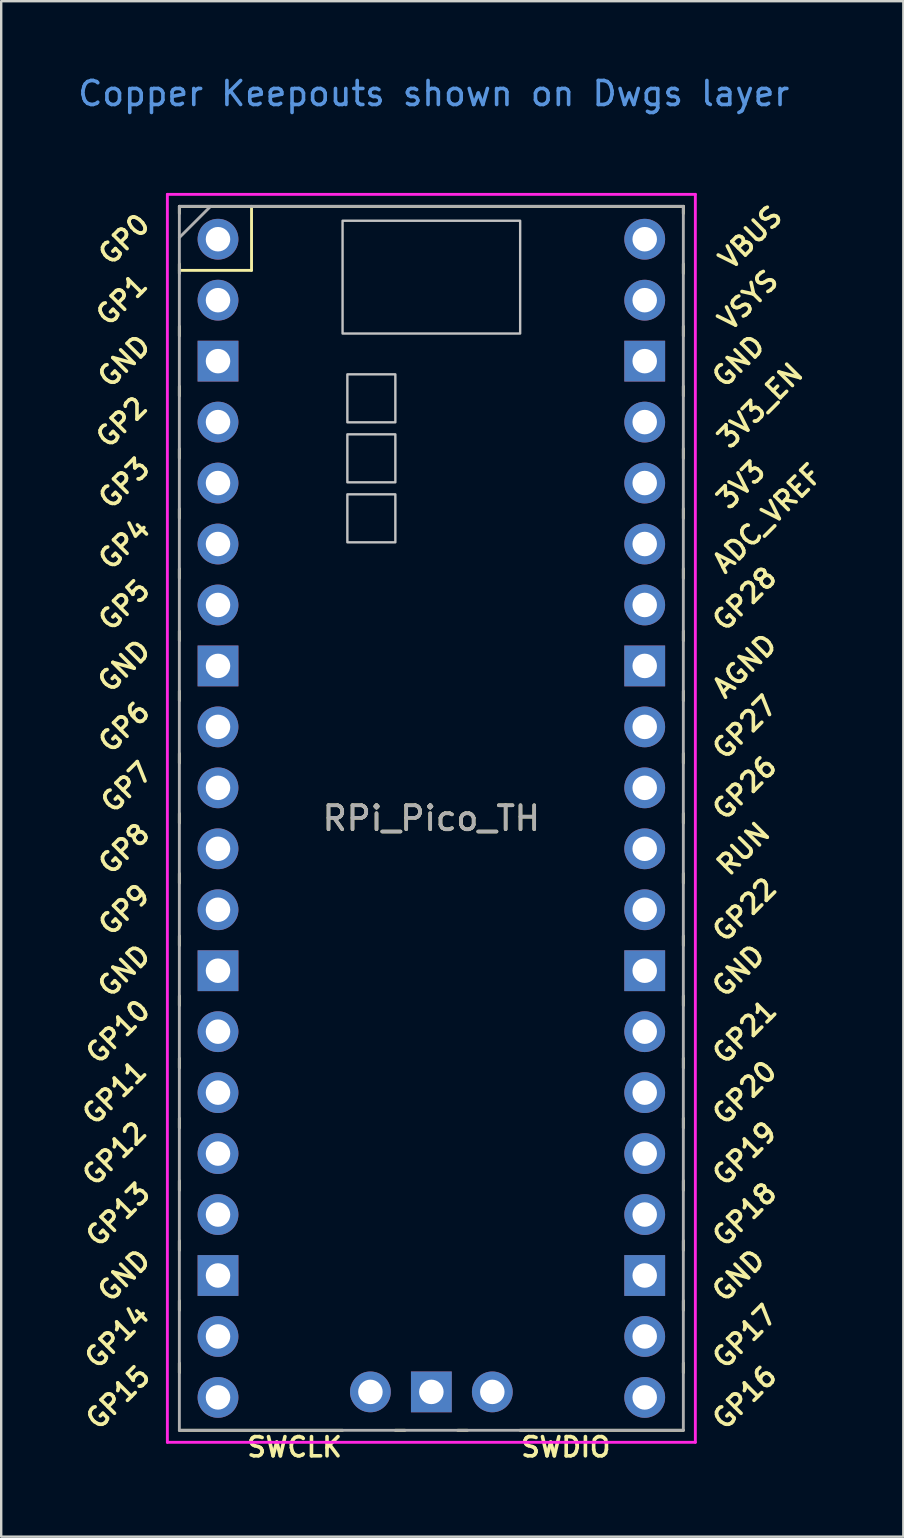
<source format=kicad_pcb>
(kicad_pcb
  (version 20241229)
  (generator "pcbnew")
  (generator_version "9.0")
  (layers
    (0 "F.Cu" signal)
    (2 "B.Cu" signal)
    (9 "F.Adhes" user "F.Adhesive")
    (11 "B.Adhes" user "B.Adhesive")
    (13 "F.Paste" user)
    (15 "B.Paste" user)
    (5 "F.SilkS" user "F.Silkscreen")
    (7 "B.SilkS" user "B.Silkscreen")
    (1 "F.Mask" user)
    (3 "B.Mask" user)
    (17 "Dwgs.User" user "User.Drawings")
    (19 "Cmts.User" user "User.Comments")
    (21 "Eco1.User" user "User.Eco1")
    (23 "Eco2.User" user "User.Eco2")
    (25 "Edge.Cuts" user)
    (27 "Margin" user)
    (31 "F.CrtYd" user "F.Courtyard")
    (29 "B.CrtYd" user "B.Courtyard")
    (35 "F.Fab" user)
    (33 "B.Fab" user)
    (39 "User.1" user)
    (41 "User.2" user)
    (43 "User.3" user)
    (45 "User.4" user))
  (footprint "RPi_Pico_TH"
    (layer "F.Cu")
    (at 14.924 31.048)
    (property "Reference" "RPi_Pico_TH" (at 0 0 0) (layer "F.SilkS") (effects (font (size 1 1) (thickness 0.15))))
    (attr through_hole)
    (fp_line (start -10.5 -25.5) (end -10.5 -25.2) (stroke (width 0.12) (type solid)) (layer "F.SilkS"))
    (fp_line (start -10.5 -25.5) (end 10.5 -25.5) (stroke (width 0.12) (type solid)) (layer "F.SilkS"))
    (fp_line (start -10.5 -23.1) (end -10.5 -22.7) (stroke (width 0.12) (type solid)) (layer "F.SilkS"))
    (fp_line (start -10.5 -22.833) (end -7.493 -22.833) (stroke (width 0.12) (type solid)) (layer "F.SilkS"))
    (fp_line (start -10.5 -20.5) (end -10.5 -20.1) (stroke (width 0.12) (type solid)) (layer "F.SilkS"))
    (fp_line (start -10.5 -18) (end -10.5 -17.6) (stroke (width 0.12) (type solid)) (layer "F.SilkS"))
    (fp_line (start -10.5 -15.4) (end -10.5 -15) (stroke (width 0.12) (type solid)) (layer "F.SilkS"))
    (fp_line (start -10.5 -12.9) (end -10.5 -12.5) (stroke (width 0.12) (type solid)) (layer "F.SilkS"))
    (fp_line (start -10.5 -10.4) (end -10.5 -10) (stroke (width 0.12) (type solid)) (layer "F.SilkS"))
    (fp_line (start -10.5 -7.8) (end -10.5 -7.4) (stroke (width 0.12) (type solid)) (layer "F.SilkS"))
    (fp_line (start -10.5 -5.3) (end -10.5 -4.9) (stroke (width 0.12) (type solid)) (layer "F.SilkS"))
    (fp_line (start -10.5 -2.7) (end -10.5 -2.3) (stroke (width 0.12) (type solid)) (layer "F.SilkS"))
    (fp_line (start -10.5 -0.2) (end -10.5 0.2) (stroke (width 0.12) (type solid)) (layer "F.SilkS"))
    (fp_line (start -10.5 2.3) (end -10.5 2.7) (stroke (width 0.12) (type solid)) (layer "F.SilkS"))
    (fp_line (start -10.5 4.9) (end -10.5 5.3) (stroke (width 0.12) (type solid)) (layer "F.SilkS"))
    (fp_line (start -10.5 7.4) (end -10.5 7.8) (stroke (width 0.12) (type solid)) (layer "F.SilkS"))
    (fp_line (start -10.5 10) (end -10.5 10.4) (stroke (width 0.12) (type solid)) (layer "F.SilkS"))
    (fp_line (start -10.5 12.5) (end -10.5 12.9) (stroke (width 0.12) (type solid)) (layer "F.SilkS"))
    (fp_line (start -10.5 15.1) (end -10.5 15.5) (stroke (width 0.12) (type solid)) (layer "F.SilkS"))
    (fp_line (start -10.5 17.6) (end -10.5 18) (stroke (width 0.12) (type solid)) (layer "F.SilkS"))
    (fp_line (start -10.5 20.1) (end -10.5 20.5) (stroke (width 0.12) (type solid)) (layer "F.SilkS"))
    (fp_line (start -10.5 22.7) (end -10.5 23.1) (stroke (width 0.12) (type solid)) (layer "F.SilkS"))
    (fp_line (start -7.493 -22.833) (end -7.493 -25.5) (stroke (width 0.12) (type solid)) (layer "F.SilkS"))
    (fp_line (start -3.7 25.5) (end -10.5 25.5) (stroke (width 0.12) (type solid)) (layer "F.SilkS"))
    (fp_line (start -1.5 25.5) (end -1.1 25.5) (stroke (width 0.12) (type solid)) (layer "F.SilkS"))
    (fp_line (start 1.1 25.5) (end 1.5 25.5) (stroke (width 0.12) (type solid)) (layer "F.SilkS"))
    (fp_line (start 10.5 -25.5) (end 10.5 -25.2) (stroke (width 0.12) (type solid)) (layer "F.SilkS"))
    (fp_line (start 10.5 -23.1) (end 10.5 -22.7) (stroke (width 0.12) (type solid)) (layer "F.SilkS"))
    (fp_line (start 10.5 -20.5) (end 10.5 -20.1) (stroke (width 0.12) (type solid)) (layer "F.SilkS"))
    (fp_line (start 10.5 -18) (end 10.5 -17.6) (stroke (width 0.12) (type solid)) (layer "F.SilkS"))
    (fp_line (start 10.5 -15.4) (end 10.5 -15) (stroke (width 0.12) (type solid)) (layer "F.SilkS"))
    (fp_line (start 10.5 -12.9) (end 10.5 -12.5) (stroke (width 0.12) (type solid)) (layer "F.SilkS"))
    (fp_line (start 10.5 -10.4) (end 10.5 -10) (stroke (width 0.12) (type solid)) (layer "F.SilkS"))
    (fp_line (start 10.5 -7.8) (end 10.5 -7.4) (stroke (width 0.12) (type solid)) (layer "F.SilkS"))
    (fp_line (start 10.5 -5.3) (end 10.5 -4.9) (stroke (width 0.12) (type solid)) (layer "F.SilkS"))
    (fp_line (start 10.5 -2.7) (end 10.5 -2.3) (stroke (width 0.12) (type solid)) (layer "F.SilkS"))
    (fp_line (start 10.5 -0.2) (end 10.5 0.2) (stroke (width 0.12) (type solid)) (layer "F.SilkS"))
    (fp_line (start 10.5 2.3) (end 10.5 2.7) (stroke (width 0.12) (type solid)) (layer "F.SilkS"))
    (fp_line (start 10.5 4.9) (end 10.5 5.3) (stroke (width 0.12) (type solid)) (layer "F.SilkS"))
    (fp_line (start 10.5 7.4) (end 10.5 7.8) (stroke (width 0.12) (type solid)) (layer "F.SilkS"))
    (fp_line (start 10.5 10) (end 10.5 10.4) (stroke (width 0.12) (type solid)) (layer "F.SilkS"))
    (fp_line (start 10.5 12.5) (end 10.5 12.9) (stroke (width 0.12) (type solid)) (layer "F.SilkS"))
    (fp_line (start 10.5 15.1) (end 10.5 15.5) (stroke (width 0.12) (type solid)) (layer "F.SilkS"))
    (fp_line (start 10.5 17.6) (end 10.5 18) (stroke (width 0.12) (type solid)) (layer "F.SilkS"))
    (fp_line (start 10.5 20.1) (end 10.5 20.5) (stroke (width 0.12) (type solid)) (layer "F.SilkS"))
    (fp_line (start 10.5 22.7) (end 10.5 23.1) (stroke (width 0.12) (type solid)) (layer "F.SilkS"))
    (fp_line (start 10.5 25.5) (end 3.7 25.5) (stroke (width 0.12) (type solid)) (layer "F.SilkS"))
    (fp_poly (pts (xy -1.5 -16.5) (xy -3.5 -16.5) (xy -3.5 -18.5) (xy -1.5 -18.5)) (stroke (width 0.1) (type solid)) (fill no) (layer "Dwgs.User"))
    (fp_poly (pts (xy -1.5 -14) (xy -3.5 -14) (xy -3.5 -16) (xy -1.5 -16)) (stroke (width 0.1) (type solid)) (fill no) (layer "Dwgs.User"))
    (fp_poly (pts (xy -1.5 -11.5) (xy -3.5 -11.5) (xy -3.5 -13.5) (xy -1.5 -13.5)) (stroke (width 0.1) (type solid)) (fill no) (layer "Dwgs.User"))
    (fp_poly (pts (xy 3.7 -20.2) (xy -3.7 -20.2) (xy -3.7 -24.9) (xy 3.7 -24.9)) (stroke (width 0.1) (type solid)) (fill no) (layer "Dwgs.User"))
    (fp_line (start -11 -26) (end 11 -26) (stroke (width 0.12) (type solid)) (layer "F.CrtYd"))
    (fp_line (start -11 26) (end -11 -26) (stroke (width 0.12) (type solid)) (layer "F.CrtYd"))
    (fp_line (start 11 -26) (end 11 26) (stroke (width 0.12) (type solid)) (layer "F.CrtYd"))
    (fp_line (start 11 26) (end -11 26) (stroke (width 0.12) (type solid)) (layer "F.CrtYd"))
    (fp_line (start -10.5 -25.5) (end 10.5 -25.5) (stroke (width 0.12) (type solid)) (layer "F.Fab"))
    (fp_line (start -10.5 -24.2) (end -9.2 -25.5) (stroke (width 0.12) (type solid)) (layer "F.Fab"))
    (fp_line (start -10.5 25.5) (end -10.5 -25.5) (stroke (width 0.12) (type solid)) (layer "F.Fab"))
    (fp_line (start 10.5 -25.5) (end 10.5 25.5) (stroke (width 0.12) (type solid)) (layer "F.Fab"))
    (fp_line (start 10.5 25.5) (end -10.5 25.5) (stroke (width 0.12) (type solid)) (layer "F.Fab"))
    (fp_text user "GP11" (at -13.2 11.43 45) (layer "F.SilkS") (effects (font (size 0.8 0.8) (thickness 0.15))))
    (fp_text user "GP19" (at 13.054 13.97 45) (layer "F.SilkS") (effects (font (size 0.8 0.8) (thickness 0.15))))
    (fp_text user "3V3" (at 12.9 -13.9 45) (layer "F.SilkS") (effects (font (size 0.8 0.8) (thickness 0.15))))
    (fp_text user "GP12" (at -13.2 13.97 45) (layer "F.SilkS") (effects (font (size 0.8 0.8) (thickness 0.15))))
    (fp_text user "GND" (at 12.8 19.05 45) (layer "F.SilkS") (effects (font (size 0.8 0.8) (thickness 0.15))))
    (fp_text user "GP7" (at -12.7 -1.3 45) (layer "F.SilkS") (effects (font (size 0.8 0.8) (thickness 0.15))))
    (fp_text user "GP1" (at -12.9 -21.6 45) (layer "F.SilkS") (effects (font (size 0.8 0.8) (thickness 0.15))))
    (fp_text user "GP9" (at -12.8 3.81 45) (layer "F.SilkS") (effects (font (size 0.8 0.8) (thickness 0.15))))
    (fp_text user "ADC_VREF" (at 14 -12.5 45) (layer "F.SilkS") (effects (font (size 0.8 0.8) (thickness 0.15))))
    (fp_text user "AGND" (at 13.054 -6.35 45) (layer "F.SilkS") (effects (font (size 0.8 0.8) (thickness 0.15))))
    (fp_text user "GP10" (at -13.054 8.89 45) (layer "F.SilkS") (effects (font (size 0.8 0.8) (thickness 0.15))))
    (fp_text user "GP28" (at 13.054 -9.144 45) (layer "F.SilkS") (effects (font (size 0.8 0.8) (thickness 0.15))))
    (fp_text user "GP5" (at -12.8 -8.89 45) (layer "F.SilkS") (effects (font (size 0.8 0.8) (thickness 0.15))))
    (fp_text user "GP0" (at -12.8 -24.13 45) (layer "F.SilkS") (effects (font (size 0.8 0.8) (thickness 0.15))))
    (fp_text user "GP3" (at -12.8 -13.97 45) (layer "F.SilkS") (effects (font (size 0.8 0.8) (thickness 0.15))))
    (fp_text user "SWCLK" (at -5.7 26.2 0) (layer "F.SilkS") (effects (font (size 0.8 0.8) (thickness 0.15))))
    (fp_text user "GP2" (at -12.9 -16.51 45) (layer "F.SilkS") (effects (font (size 0.8 0.8) (thickness 0.15))))
    (fp_text user "GND" (at 12.8 6.35 45) (layer "F.SilkS") (effects (font (size 0.8 0.8) (thickness 0.15))))
    (fp_text user "GND" (at -12.8 6.35 45) (layer "F.SilkS") (effects (font (size 0.8 0.8) (thickness 0.15))))
    (fp_text user "GP13" (at -13.054 16.51 45) (layer "F.SilkS") (effects (font (size 0.8 0.8) (thickness 0.15))))
    (fp_text user "VSYS" (at 13.2 -21.59 45) (layer "F.SilkS") (effects (font (size 0.8 0.8) (thickness 0.15))))
    (fp_text user "GP16" (at 13.054 24.13 45) (layer "F.SilkS") (effects (font (size 0.8 0.8) (thickness 0.15))))
    (fp_text user "GP20" (at 13.054 11.43 45) (layer "F.SilkS") (effects (font (size 0.8 0.8) (thickness 0.15))))
    (fp_text user "GND" (at 12.8 -19.05 45) (layer "F.SilkS") (effects (font (size 0.8 0.8) (thickness 0.15))))
    (fp_text user "GP18" (at 13.054 16.51 45) (layer "F.SilkS") (effects (font (size 0.8 0.8) (thickness 0.15))))
    (fp_text user "GP15" (at -13.054 24.13 45) (layer "F.SilkS") (effects (font (size 0.8 0.8) (thickness 0.15))))
    (fp_text user "GP4" (at -12.8 -11.43 45) (layer "F.SilkS") (effects (font (size 0.8 0.8) (thickness 0.15))))
    (fp_text user "GND" (at -12.8 19.05 45) (layer "F.SilkS") (effects (font (size 0.8 0.8) (thickness 0.15))))
    (fp_text user "SWDIO" (at 5.6 26.2 0) (layer "F.SilkS") (effects (font (size 0.8 0.8) (thickness 0.15))))
    (fp_text user "GP22" (at 13.054 3.81 45) (layer "F.SilkS") (effects (font (size 0.8 0.8) (thickness 0.15))))
    (fp_text user "GND" (at -12.8 -6.35 45) (layer "F.SilkS") (effects (font (size 0.8 0.8) (thickness 0.15))))
    (fp_text user "RUN" (at 13 1.27 45) (layer "F.SilkS") (effects (font (size 0.8 0.8) (thickness 0.15))))
    (fp_text user "VBUS" (at 13.3 -24.2 45) (layer "F.SilkS") (effects (font (size 0.8 0.8) (thickness 0.15))))
    (fp_text user "3V3_EN" (at 13.7 -17.2 45) (layer "F.SilkS") (effects (font (size 0.8 0.8) (thickness 0.15))))
    (fp_text user "GP8" (at -12.8 1.27 45) (layer "F.SilkS") (effects (font (size 0.8 0.8) (thickness 0.15))))
    (fp_text user "GP27" (at 13.054 -3.8 45) (layer "F.SilkS") (effects (font (size 0.8 0.8) (thickness 0.15))))
    (fp_text user "GND" (at -12.8 -19.05 45) (layer "F.SilkS") (effects (font (size 0.8 0.8) (thickness 0.15))))
    (fp_text user "GP14" (at -13.1 21.59 45) (layer "F.SilkS") (effects (font (size 0.8 0.8) (thickness 0.15))))
    (fp_text user "GP26" (at 13.054 -1.27 45) (layer "F.SilkS") (effects (font (size 0.8 0.8) (thickness 0.15))))
    (fp_text user "GP6" (at -12.8 -3.81 45) (layer "F.SilkS") (effects (font (size 0.8 0.8) (thickness 0.15))))
    (fp_text user "GP17" (at 13.054 21.59 45) (layer "F.SilkS") (effects (font (size 0.8 0.8) (thickness 0.15))))
    (fp_text user "GP21" (at 13.054 8.9 45) (layer "F.SilkS") (effects (font (size 0.8 0.8) (thickness 0.15))))
    (fp_text user "Copper Keepouts shown on Dwgs layer" (at 0.1 -30.2 0) (layer "Cmts.User") (effects (font (size 1 1) (thickness 0.15))))
    (fp_text user "${REFERENCE}" (at 0 0 180) (layer "F.Fab") (effects (font (size 1 1) (thickness 0.15))))
    (pad "1" thru_hole oval (at -8.89 -24.13) (size 1.7 1.7) (drill 1.02) (layers "*.Cu" "*.Mask"))
    (pad "2" thru_hole oval (at -8.89 -21.59) (size 1.7 1.7) (drill 1.02) (layers "*.Cu" "*.Mask"))
    (pad "3" thru_hole rect (at -8.89 -19.05) (size 1.7 1.7) (drill 1.02) (layers "*.Cu" "*.Mask"))
    (pad "4" thru_hole oval (at -8.89 -16.51) (size 1.7 1.7) (drill 1.02) (layers "*.Cu" "*.Mask"))
    (pad "5" thru_hole oval (at -8.89 -13.97) (size 1.7 1.7) (drill 1.02) (layers "*.Cu" "*.Mask"))
    (pad "6" thru_hole oval (at -8.89 -11.43) (size 1.7 1.7) (drill 1.02) (layers "*.Cu" "*.Mask"))
    (pad "7" thru_hole oval (at -8.89 -8.89) (size 1.7 1.7) (drill 1.02) (layers "*.Cu" "*.Mask"))
    (pad "8" thru_hole rect (at -8.89 -6.35) (size 1.7 1.7) (drill 1.02) (layers "*.Cu" "*.Mask"))
    (pad "9" thru_hole oval (at -8.89 -3.81) (size 1.7 1.7) (drill 1.02) (layers "*.Cu" "*.Mask"))
    (pad "10" thru_hole oval (at -8.89 -1.27) (size 1.7 1.7) (drill 1.02) (layers "*.Cu" "*.Mask"))
    (pad "11" thru_hole oval (at -8.89 1.27) (size 1.7 1.7) (drill 1.02) (layers "*.Cu" "*.Mask"))
    (pad "12" thru_hole oval (at -8.89 3.81) (size 1.7 1.7) (drill 1.02) (layers "*.Cu" "*.Mask"))
    (pad "13" thru_hole rect (at -8.89 6.35) (size 1.7 1.7) (drill 1.02) (layers "*.Cu" "*.Mask"))
    (pad "14" thru_hole oval (at -8.89 8.89) (size 1.7 1.7) (drill 1.02) (layers "*.Cu" "*.Mask"))
    (pad "15" thru_hole oval (at -8.89 11.43) (size 1.7 1.7) (drill 1.02) (layers "*.Cu" "*.Mask"))
    (pad "16" thru_hole oval (at -8.89 13.97) (size 1.7 1.7) (drill 1.02) (layers "*.Cu" "*.Mask"))
    (pad "17" thru_hole oval (at -8.89 16.51) (size 1.7 1.7) (drill 1.02) (layers "*.Cu" "*.Mask"))
    (pad "18" thru_hole rect (at -8.89 19.05) (size 1.7 1.7) (drill 1.02) (layers "*.Cu" "*.Mask"))
    (pad "19" thru_hole oval (at -8.89 21.59) (size 1.7 1.7) (drill 1.02) (layers "*.Cu" "*.Mask"))
    (pad "20" thru_hole oval (at -8.89 24.13) (size 1.7 1.7) (drill 1.02) (layers "*.Cu" "*.Mask"))
    (pad "21" thru_hole oval (at 8.89 24.13) (size 1.7 1.7) (drill 1.02) (layers "*.Cu" "*.Mask"))
    (pad "22" thru_hole oval (at 8.89 21.59) (size 1.7 1.7) (drill 1.02) (layers "*.Cu" "*.Mask"))
    (pad "23" thru_hole rect (at 8.89 19.05) (size 1.7 1.7) (drill 1.02) (layers "*.Cu" "*.Mask"))
    (pad "24" thru_hole oval (at 8.89 16.51) (size 1.7 1.7) (drill 1.02) (layers "*.Cu" "*.Mask"))
    (pad "25" thru_hole oval (at 8.89 13.97) (size 1.7 1.7) (drill 1.02) (layers "*.Cu" "*.Mask"))
    (pad "26" thru_hole oval (at 8.89 11.43) (size 1.7 1.7) (drill 1.02) (layers "*.Cu" "*.Mask"))
    (pad "27" thru_hole oval (at 8.89 8.89) (size 1.7 1.7) (drill 1.02) (layers "*.Cu" "*.Mask"))
    (pad "28" thru_hole rect (at 8.89 6.35) (size 1.7 1.7) (drill 1.02) (layers "*.Cu" "*.Mask"))
    (pad "29" thru_hole oval (at 8.89 3.81) (size 1.7 1.7) (drill 1.02) (layers "*.Cu" "*.Mask"))
    (pad "30" thru_hole oval (at 8.89 1.27) (size 1.7 1.7) (drill 1.02) (layers "*.Cu" "*.Mask"))
    (pad "31" thru_hole oval (at 8.89 -1.27) (size 1.7 1.7) (drill 1.02) (layers "*.Cu" "*.Mask"))
    (pad "32" thru_hole oval (at 8.89 -3.81) (size 1.7 1.7) (drill 1.02) (layers "*.Cu" "*.Mask"))
    (pad "33" thru_hole rect (at 8.89 -6.35) (size 1.7 1.7) (drill 1.02) (layers "*.Cu" "*.Mask"))
    (pad "34" thru_hole oval (at 8.89 -8.89) (size 1.7 1.7) (drill 1.02) (layers "*.Cu" "*.Mask"))
    (pad "35" thru_hole oval (at 8.89 -11.43) (size 1.7 1.7) (drill 1.02) (layers "*.Cu" "*.Mask"))
    (pad "36" thru_hole oval (at 8.89 -13.97) (size 1.7 1.7) (drill 1.02) (layers "*.Cu" "*.Mask"))
    (pad "37" thru_hole oval (at 8.89 -16.51) (size 1.7 1.7) (drill 1.02) (layers "*.Cu" "*.Mask"))
    (pad "38" thru_hole rect (at 8.89 -19.05) (size 1.7 1.7) (drill 1.02) (layers "*.Cu" "*.Mask"))
    (pad "39" thru_hole oval (at 8.89 -21.59) (size 1.7 1.7) (drill 1.02) (layers "*.Cu" "*.Mask"))
    (pad "40" thru_hole oval (at 8.89 -24.13) (size 1.7 1.7) (drill 1.02) (layers "*.Cu" "*.Mask"))
    (pad "41" thru_hole oval (at -2.54 23.9) (size 1.7 1.7) (drill 1.02) (layers "*.Cu" "*.Mask"))
    (pad "42" thru_hole rect (at 0 23.9) (size 1.7 1.7) (drill 1.02) (layers "*.Cu" "*.Mask"))
    (pad "43" thru_hole oval (at 2.54 23.9) (size 1.7 1.7) (drill 1.02) (layers "*.Cu" "*.Mask")))
  (gr_rect
    (start -3 -3)
    (end 34.591 60.98)
    (stroke (width 0.1) (type default))
    (fill no)
    (layer "Edge.Cuts")))
</source>
